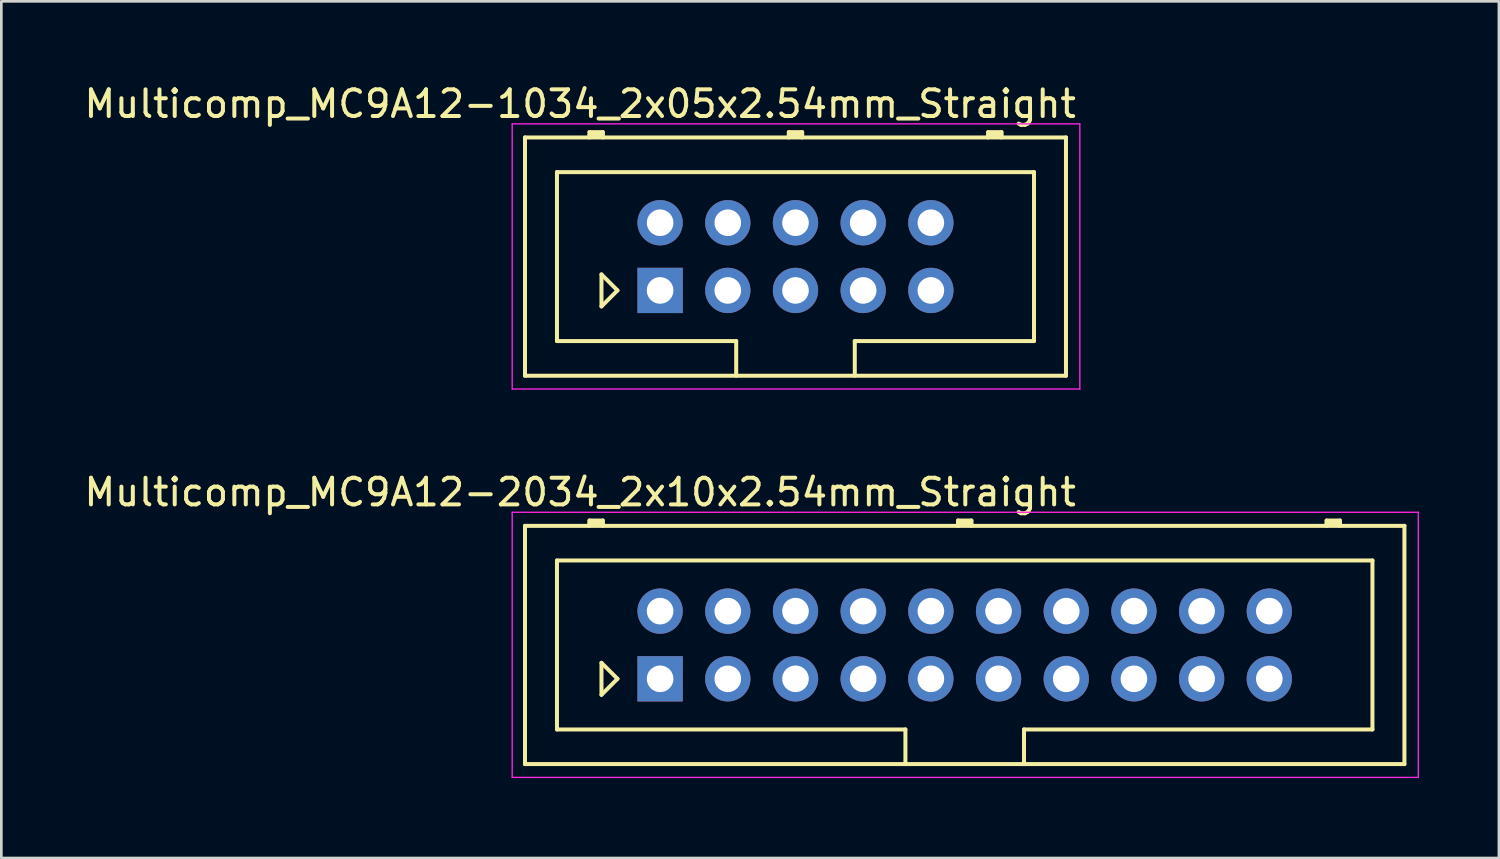
<source format=kicad_pcb>
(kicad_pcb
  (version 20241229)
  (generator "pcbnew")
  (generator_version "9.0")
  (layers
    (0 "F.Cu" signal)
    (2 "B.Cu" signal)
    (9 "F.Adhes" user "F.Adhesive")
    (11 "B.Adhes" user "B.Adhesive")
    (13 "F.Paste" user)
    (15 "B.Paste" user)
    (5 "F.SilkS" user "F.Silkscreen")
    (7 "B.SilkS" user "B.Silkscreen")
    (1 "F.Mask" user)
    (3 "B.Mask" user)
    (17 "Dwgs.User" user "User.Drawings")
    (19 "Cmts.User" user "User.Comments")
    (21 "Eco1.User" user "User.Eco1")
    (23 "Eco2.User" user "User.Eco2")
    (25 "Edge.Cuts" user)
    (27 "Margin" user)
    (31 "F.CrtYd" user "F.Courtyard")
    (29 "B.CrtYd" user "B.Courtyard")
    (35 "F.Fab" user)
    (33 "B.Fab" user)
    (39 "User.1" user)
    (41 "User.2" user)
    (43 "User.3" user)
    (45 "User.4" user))
  (footprint "Multicomp_MC9A12-2034_2x10x2.54mm_Straight"
    (layer "F.Cu")
    (at 21.72 22.422)
    (property "Reference" "Multicomp_MC9A12-2034_2x10x2.54mm_Straight" (at -3 -7 0) (layer "F.SilkS") (effects (font (size 1 1) (thickness 0.15))))
    (attr through_hole)
    (fp_line (start -5.07 -5.74) (end 27.93 -5.74) (stroke (width 0.15) (type solid)) (layer "F.SilkS"))
    (fp_line (start -5.07 3.2) (end -5.07 -5.74) (stroke (width 0.15) (type solid)) (layer "F.SilkS"))
    (fp_line (start -3.87 -4.44) (end 26.73 -4.44) (stroke (width 0.15) (type solid)) (layer "F.SilkS"))
    (fp_line (start -3.87 1.9) (end -3.87 -4.44) (stroke (width 0.15) (type solid)) (layer "F.SilkS"))
    (fp_line (start -2.65 -5.94) (end -2.15 -5.94) (stroke (width 0.15) (type solid)) (layer "F.SilkS"))
    (fp_line (start -2.65 -5.84) (end -2.15 -5.84) (stroke (width 0.15) (type solid)) (layer "F.SilkS"))
    (fp_line (start -2.65 -5.74) (end -2.65 -5.94) (stroke (width 0.15) (type solid)) (layer "F.SilkS"))
    (fp_line (start -2.2 -0.6) (end -1.6 0) (stroke (width 0.15) (type solid)) (layer "F.SilkS"))
    (fp_line (start -2.2 0.6) (end -2.2 -0.6) (stroke (width 0.15) (type solid)) (layer "F.SilkS"))
    (fp_line (start -2.15 -5.94) (end -2.15 -5.74) (stroke (width 0.15) (type solid)) (layer "F.SilkS"))
    (fp_line (start -1.6 0) (end -2.2 0.6) (stroke (width 0.15) (type solid)) (layer "F.SilkS"))
    (fp_line (start 9.205 1.9) (end -3.87 1.9) (stroke (width 0.15) (type solid)) (layer "F.SilkS"))
    (fp_line (start 9.205 3.2) (end 9.205 1.9) (stroke (width 0.15) (type solid)) (layer "F.SilkS"))
    (fp_line (start 11.18 -5.94) (end 11.68 -5.94) (stroke (width 0.15) (type solid)) (layer "F.SilkS"))
    (fp_line (start 11.18 -5.84) (end 11.68 -5.84) (stroke (width 0.15) (type solid)) (layer "F.SilkS"))
    (fp_line (start 11.18 -5.74) (end 11.18 -5.94) (stroke (width 0.15) (type solid)) (layer "F.SilkS"))
    (fp_line (start 11.68 -5.94) (end 11.68 -5.74) (stroke (width 0.15) (type solid)) (layer "F.SilkS"))
    (fp_line (start 13.655 1.9) (end 13.655 3.2) (stroke (width 0.15) (type solid)) (layer "F.SilkS"))
    (fp_line (start 25.01 -5.94) (end 25.51 -5.94) (stroke (width 0.15) (type solid)) (layer "F.SilkS"))
    (fp_line (start 25.01 -5.84) (end 25.51 -5.84) (stroke (width 0.15) (type solid)) (layer "F.SilkS"))
    (fp_line (start 25.01 -5.74) (end 25.01 -5.94) (stroke (width 0.15) (type solid)) (layer "F.SilkS"))
    (fp_line (start 25.51 -5.94) (end 25.51 -5.74) (stroke (width 0.15) (type solid)) (layer "F.SilkS"))
    (fp_line (start 26.73 -4.44) (end 26.73 1.9) (stroke (width 0.15) (type solid)) (layer "F.SilkS"))
    (fp_line (start 26.73 1.9) (end 13.655 1.9) (stroke (width 0.15) (type solid)) (layer "F.SilkS"))
    (fp_line (start 27.93 -5.74) (end 27.93 3.2) (stroke (width 0.15) (type solid)) (layer "F.SilkS"))
    (fp_line (start 27.93 3.2) (end -5.07 3.2) (stroke (width 0.15) (type solid)) (layer "F.SilkS"))
    (fp_line (start -5.55 -6.25) (end 28.45 -6.25) (stroke (width 0.05) (type solid)) (layer "F.CrtYd"))
    (fp_line (start -5.55 3.7) (end -5.55 -6.25) (stroke (width 0.05) (type solid)) (layer "F.CrtYd"))
    (fp_line (start 28.45 -6.25) (end 28.45 3.7) (stroke (width 0.05) (type solid)) (layer "F.CrtYd"))
    (fp_line (start 28.45 3.7) (end -5.55 3.7) (stroke (width 0.05) (type solid)) (layer "F.CrtYd"))
    (pad "1" thru_hole rect (at 0 0) (size 1.7 1.7) (drill 1) (layers "*.Cu" "*.Mask"))
    (pad "2" thru_hole circle (at 0 -2.54) (size 1.7 1.7) (drill 1) (layers "*.Cu" "*.Mask"))
    (pad "3" thru_hole circle (at 2.54 0) (size 1.7 1.7) (drill 1) (layers "*.Cu" "*.Mask"))
    (pad "4" thru_hole circle (at 2.54 -2.54) (size 1.7 1.7) (drill 1) (layers "*.Cu" "*.Mask"))
    (pad "5" thru_hole circle (at 5.08 0) (size 1.7 1.7) (drill 1) (layers "*.Cu" "*.Mask"))
    (pad "6" thru_hole circle (at 5.08 -2.54) (size 1.7 1.7) (drill 1) (layers "*.Cu" "*.Mask"))
    (pad "7" thru_hole circle (at 7.62 0) (size 1.7 1.7) (drill 1) (layers "*.Cu" "*.Mask"))
    (pad "8" thru_hole circle (at 7.62 -2.54) (size 1.7 1.7) (drill 1) (layers "*.Cu" "*.Mask"))
    (pad "9" thru_hole circle (at 10.16 0) (size 1.7 1.7) (drill 1) (layers "*.Cu" "*.Mask"))
    (pad "10" thru_hole circle (at 10.16 -2.54) (size 1.7 1.7) (drill 1) (layers "*.Cu" "*.Mask"))
    (pad "11" thru_hole circle (at 12.7 0) (size 1.7 1.7) (drill 1) (layers "*.Cu" "*.Mask"))
    (pad "12" thru_hole circle (at 12.7 -2.54) (size 1.7 1.7) (drill 1) (layers "*.Cu" "*.Mask"))
    (pad "13" thru_hole circle (at 15.24 0) (size 1.7 1.7) (drill 1) (layers "*.Cu" "*.Mask"))
    (pad "14" thru_hole circle (at 15.24 -2.54) (size 1.7 1.7) (drill 1) (layers "*.Cu" "*.Mask"))
    (pad "15" thru_hole circle (at 17.78 0) (size 1.7 1.7) (drill 1) (layers "*.Cu" "*.Mask"))
    (pad "16" thru_hole circle (at 17.78 -2.54) (size 1.7 1.7) (drill 1) (layers "*.Cu" "*.Mask"))
    (pad "17" thru_hole circle (at 20.32 0) (size 1.7 1.7) (drill 1) (layers "*.Cu" "*.Mask"))
    (pad "18" thru_hole circle (at 20.32 -2.54) (size 1.7 1.7) (drill 1) (layers "*.Cu" "*.Mask"))
    (pad "19" thru_hole circle (at 22.86 0) (size 1.7 1.7) (drill 1) (layers "*.Cu" "*.Mask"))
    (pad "20" thru_hole circle (at 22.86 -2.54) (size 1.7 1.7) (drill 1) (layers "*.Cu" "*.Mask")))
  (footprint "Multicomp_MC9A12-1034_2x05x2.54mm_Straight"
    (layer "F.Cu")
    (at 21.72 7.848)
    (property "Reference" "Multicomp_MC9A12-1034_2x05x2.54mm_Straight" (at -3 -7 0) (layer "F.SilkS") (effects (font (size 1 1) (thickness 0.15))))
    (attr through_hole)
    (fp_line (start -5.07 -5.74) (end 15.23 -5.74) (stroke (width 0.15) (type solid)) (layer "F.SilkS"))
    (fp_line (start -5.07 3.2) (end -5.07 -5.74) (stroke (width 0.15) (type solid)) (layer "F.SilkS"))
    (fp_line (start -3.87 -4.44) (end 14.03 -4.44) (stroke (width 0.15) (type solid)) (layer "F.SilkS"))
    (fp_line (start -3.87 1.9) (end -3.87 -4.44) (stroke (width 0.15) (type solid)) (layer "F.SilkS"))
    (fp_line (start -2.65 -5.94) (end -2.15 -5.94) (stroke (width 0.15) (type solid)) (layer "F.SilkS"))
    (fp_line (start -2.65 -5.84) (end -2.15 -5.84) (stroke (width 0.15) (type solid)) (layer "F.SilkS"))
    (fp_line (start -2.65 -5.74) (end -2.65 -5.94) (stroke (width 0.15) (type solid)) (layer "F.SilkS"))
    (fp_line (start -2.2 -0.6) (end -1.6 0) (stroke (width 0.15) (type solid)) (layer "F.SilkS"))
    (fp_line (start -2.2 0.6) (end -2.2 -0.6) (stroke (width 0.15) (type solid)) (layer "F.SilkS"))
    (fp_line (start -2.15 -5.94) (end -2.15 -5.74) (stroke (width 0.15) (type solid)) (layer "F.SilkS"))
    (fp_line (start -1.6 0) (end -2.2 0.6) (stroke (width 0.15) (type solid)) (layer "F.SilkS"))
    (fp_line (start 2.855 1.9) (end -3.87 1.9) (stroke (width 0.15) (type solid)) (layer "F.SilkS"))
    (fp_line (start 2.855 3.2) (end 2.855 1.9) (stroke (width 0.15) (type solid)) (layer "F.SilkS"))
    (fp_line (start 4.83 -5.94) (end 5.33 -5.94) (stroke (width 0.15) (type solid)) (layer "F.SilkS"))
    (fp_line (start 4.83 -5.84) (end 5.33 -5.84) (stroke (width 0.15) (type solid)) (layer "F.SilkS"))
    (fp_line (start 4.83 -5.74) (end 4.83 -5.94) (stroke (width 0.15) (type solid)) (layer "F.SilkS"))
    (fp_line (start 5.33 -5.94) (end 5.33 -5.74) (stroke (width 0.15) (type solid)) (layer "F.SilkS"))
    (fp_line (start 7.305 1.9) (end 7.305 3.2) (stroke (width 0.15) (type solid)) (layer "F.SilkS"))
    (fp_line (start 12.31 -5.94) (end 12.81 -5.94) (stroke (width 0.15) (type solid)) (layer "F.SilkS"))
    (fp_line (start 12.31 -5.84) (end 12.81 -5.84) (stroke (width 0.15) (type solid)) (layer "F.SilkS"))
    (fp_line (start 12.31 -5.74) (end 12.31 -5.94) (stroke (width 0.15) (type solid)) (layer "F.SilkS"))
    (fp_line (start 12.81 -5.94) (end 12.81 -5.74) (stroke (width 0.15) (type solid)) (layer "F.SilkS"))
    (fp_line (start 14.03 -4.44) (end 14.03 1.9) (stroke (width 0.15) (type solid)) (layer "F.SilkS"))
    (fp_line (start 14.03 1.9) (end 7.305 1.9) (stroke (width 0.15) (type solid)) (layer "F.SilkS"))
    (fp_line (start 15.23 -5.74) (end 15.23 3.2) (stroke (width 0.15) (type solid)) (layer "F.SilkS"))
    (fp_line (start 15.23 3.2) (end -5.07 3.2) (stroke (width 0.15) (type solid)) (layer "F.SilkS"))
    (fp_line (start -5.55 -6.25) (end 15.75 -6.25) (stroke (width 0.05) (type solid)) (layer "F.CrtYd"))
    (fp_line (start -5.55 3.7) (end -5.55 -6.25) (stroke (width 0.05) (type solid)) (layer "F.CrtYd"))
    (fp_line (start 15.75 -6.25) (end 15.75 3.7) (stroke (width 0.05) (type solid)) (layer "F.CrtYd"))
    (fp_line (start 15.75 3.7) (end -5.55 3.7) (stroke (width 0.05) (type solid)) (layer "F.CrtYd"))
    (pad "1" thru_hole rect (at 0 0) (size 1.7 1.7) (drill 1) (layers "*.Cu" "*.Mask"))
    (pad "2" thru_hole circle (at 0 -2.54) (size 1.7 1.7) (drill 1) (layers "*.Cu" "*.Mask"))
    (pad "3" thru_hole circle (at 2.54 0) (size 1.7 1.7) (drill 1) (layers "*.Cu" "*.Mask"))
    (pad "4" thru_hole circle (at 2.54 -2.54) (size 1.7 1.7) (drill 1) (layers "*.Cu" "*.Mask"))
    (pad "5" thru_hole circle (at 5.08 0) (size 1.7 1.7) (drill 1) (layers "*.Cu" "*.Mask"))
    (pad "6" thru_hole circle (at 5.08 -2.54) (size 1.7 1.7) (drill 1) (layers "*.Cu" "*.Mask"))
    (pad "7" thru_hole circle (at 7.62 0) (size 1.7 1.7) (drill 1) (layers "*.Cu" "*.Mask"))
    (pad "8" thru_hole circle (at 7.62 -2.54) (size 1.7 1.7) (drill 1) (layers "*.Cu" "*.Mask"))
    (pad "9" thru_hole circle (at 10.16 0) (size 1.7 1.7) (drill 1) (layers "*.Cu" "*.Mask"))
    (pad "10" thru_hole circle (at 10.16 -2.54) (size 1.7 1.7) (drill 1) (layers "*.Cu" "*.Mask")))
  (gr_rect
    (start -3 -3)
    (end 53.195 29.146)
    (stroke (width 0.1) (type default))
    (fill no)
    (layer "Edge.Cuts")))
</source>
